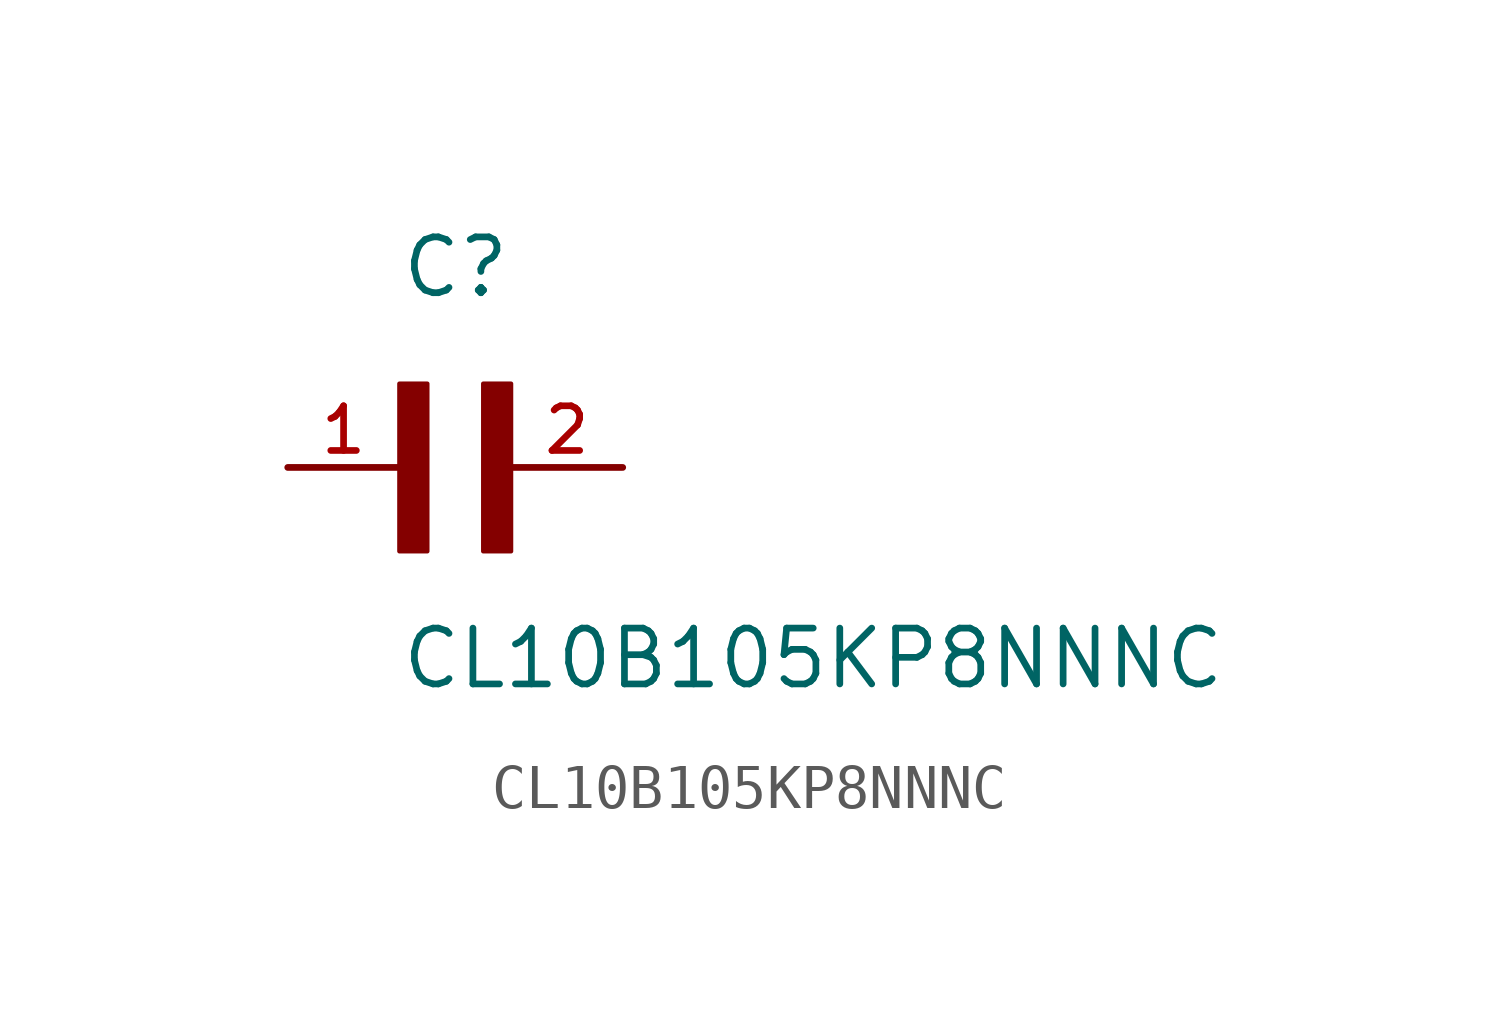
<source format=kicad_sym>
(kicad_symbol_lib
  (version 20231120)
  (generator "kicad_symbol_editor")
  (generator_version "8.0")
  (symbol "CL10B105KP8NNNC"
    (pin_names
      (offset 1.016))
    (property "Reference" "C"
      (at 0 3.811 0)
      (effects (font (size 1.27 1.27)) (justify left bottom)))
    (property "Value" "CL10B105KP8NNNC"
      (at 0 -5.088 0)
      (effects (font (size 1.27 1.27)) (justify left bottom)))
    (symbol "CL10B105KP8NNNC_0_0"
      (rectangle (start 0 -1.907) (end 0.635 1.905) (stroke (width 0.1) (type default)) (fill (type outline)))
      (rectangle (start 1.907 -1.907) (end 2.54 1.905) (stroke (width 0.1) (type default)) (fill (type outline)))
      (pin passive line (at -2.54 0 0) (length 2.54) (name "~" (effects (font (size 1.016 1.016)))) (number "1" (effects (font (size 1.016 1.016)))))
      (pin passive line (at 5.08 0 180) (length 2.54) (name "~" (effects (font (size 1.016 1.016)))) (number "2" (effects (font (size 1.016 1.016))))))))
</source>
